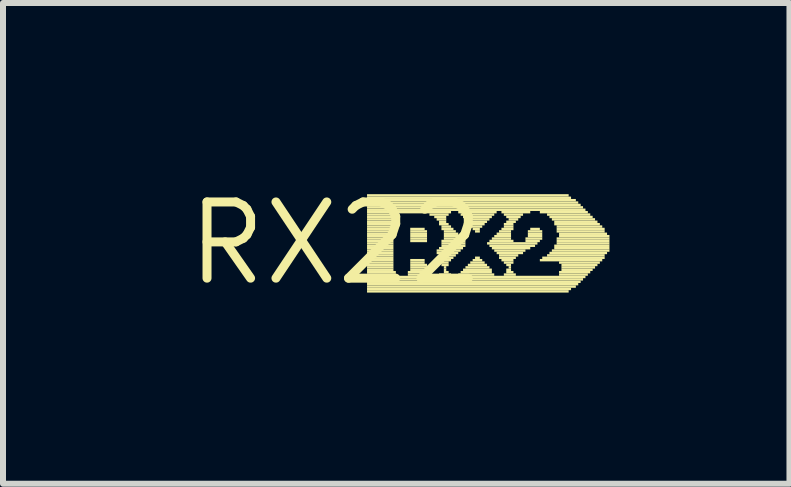
<source format=kicad_pcb>
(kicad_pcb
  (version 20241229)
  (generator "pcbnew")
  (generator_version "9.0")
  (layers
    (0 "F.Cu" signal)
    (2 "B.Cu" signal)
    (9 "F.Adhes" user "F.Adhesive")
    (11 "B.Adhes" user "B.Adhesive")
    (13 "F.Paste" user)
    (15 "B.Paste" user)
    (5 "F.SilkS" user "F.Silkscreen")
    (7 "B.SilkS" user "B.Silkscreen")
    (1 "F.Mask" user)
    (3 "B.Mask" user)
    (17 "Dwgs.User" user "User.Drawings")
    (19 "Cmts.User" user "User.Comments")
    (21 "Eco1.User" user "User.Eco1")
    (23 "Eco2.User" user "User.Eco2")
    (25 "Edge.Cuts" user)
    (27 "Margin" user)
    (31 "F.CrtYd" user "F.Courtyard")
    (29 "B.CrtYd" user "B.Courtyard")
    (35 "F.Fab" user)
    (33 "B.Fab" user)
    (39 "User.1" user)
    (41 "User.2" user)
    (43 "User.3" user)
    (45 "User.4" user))
  (footprint "RX22"
    (layer "F.Cu")
    (at 2.547 1.006)
    (property "Reference" "RX22" (at 0 0 0) (layer "F.SilkS") (effects (font (size 1.27 1.27) (thickness 0.15))))
    (attr through_hole)
    (fp_poly (pts (xy 0.52 -0.78) (xy 3.88 -0.78) (xy 3.88 -0.82) (xy 0.52 -0.82)) (stroke (width 0) (type solid)) (fill yes) (layer "F.SilkS"))
    (fp_poly (pts (xy 0.52 -0.74) (xy 3.92 -0.74) (xy 3.92 -0.78) (xy 0.52 -0.78)) (stroke (width 0) (type solid)) (fill yes) (layer "F.SilkS"))
    (fp_poly (pts (xy 0.52 -0.7) (xy 4 -0.7) (xy 4 -0.74) (xy 0.52 -0.74)) (stroke (width 0) (type solid)) (fill yes) (layer "F.SilkS"))
    (fp_poly (pts (xy 0.52 -0.66) (xy 4.04 -0.66) (xy 4.04 -0.7) (xy 0.52 -0.7)) (stroke (width 0) (type solid)) (fill yes) (layer "F.SilkS"))
    (fp_poly (pts (xy 0.52 -0.62) (xy 4.08 -0.62) (xy 4.08 -0.66) (xy 0.52 -0.66)) (stroke (width 0) (type solid)) (fill yes) (layer "F.SilkS"))
    (fp_poly (pts (xy 0.52 -0.58) (xy 4.12 -0.58) (xy 4.12 -0.62) (xy 0.52 -0.62)) (stroke (width 0) (type solid)) (fill yes) (layer "F.SilkS"))
    (fp_poly (pts (xy 0.52 -0.54) (xy 4.16 -0.54) (xy 4.16 -0.58) (xy 0.52 -0.58)) (stroke (width 0) (type solid)) (fill yes) (layer "F.SilkS"))
    (fp_poly (pts (xy 0.52 -0.5) (xy 1.92 -0.5) (xy 1.92 -0.54) (xy 0.52 -0.54)) (stroke (width 0) (type solid)) (fill yes) (layer "F.SilkS"))
    (fp_poly (pts (xy 0.52 -0.46) (xy 1 -0.46) (xy 1 -0.5) (xy 0.52 -0.5)) (stroke (width 0) (type solid)) (fill yes) (layer "F.SilkS"))
    (fp_poly (pts (xy 0.52 -0.42) (xy 0.96 -0.42) (xy 0.96 -0.46) (xy 0.52 -0.46)) (stroke (width 0) (type solid)) (fill yes) (layer "F.SilkS"))
    (fp_poly (pts (xy 0.52 -0.38) (xy 0.96 -0.38) (xy 0.96 -0.42) (xy 0.52 -0.42)) (stroke (width 0) (type solid)) (fill yes) (layer "F.SilkS"))
    (fp_poly (pts (xy 0.52 -0.34) (xy 0.96 -0.34) (xy 0.96 -0.38) (xy 0.52 -0.38)) (stroke (width 0) (type solid)) (fill yes) (layer "F.SilkS"))
    (fp_poly (pts (xy 0.52 -0.3) (xy 0.96 -0.3) (xy 0.96 -0.34) (xy 0.52 -0.34)) (stroke (width 0) (type solid)) (fill yes) (layer "F.SilkS"))
    (fp_poly (pts (xy 0.52 -0.26) (xy 0.96 -0.26) (xy 0.96 -0.3) (xy 0.52 -0.3)) (stroke (width 0) (type solid)) (fill yes) (layer "F.SilkS"))
    (fp_poly (pts (xy 0.52 -0.22) (xy 0.96 -0.22) (xy 0.96 -0.26) (xy 0.52 -0.26)) (stroke (width 0) (type solid)) (fill yes) (layer "F.SilkS"))
    (fp_poly (pts (xy 0.52 -0.18) (xy 0.96 -0.18) (xy 0.96 -0.22) (xy 0.52 -0.22)) (stroke (width 0) (type solid)) (fill yes) (layer "F.SilkS"))
    (fp_poly (pts (xy 0.52 -0.14) (xy 0.96 -0.14) (xy 0.96 -0.18) (xy 0.52 -0.18)) (stroke (width 0) (type solid)) (fill yes) (layer "F.SilkS"))
    (fp_poly (pts (xy 0.52 -0.1) (xy 0.96 -0.1) (xy 0.96 -0.14) (xy 0.52 -0.14)) (stroke (width 0) (type solid)) (fill yes) (layer "F.SilkS"))
    (fp_poly (pts (xy 0.52 -0.06) (xy 0.96 -0.06) (xy 0.96 -0.1) (xy 0.52 -0.1)) (stroke (width 0) (type solid)) (fill yes) (layer "F.SilkS"))
    (fp_poly (pts (xy 0.52 -0.02) (xy 0.96 -0.02) (xy 0.96 -0.06) (xy 0.52 -0.06)) (stroke (width 0) (type solid)) (fill yes) (layer "F.SilkS"))
    (fp_poly (pts (xy 0.52 0.02) (xy 0.96 0.02) (xy 0.96 -0.02) (xy 0.52 -0.02)) (stroke (width 0) (type solid)) (fill yes) (layer "F.SilkS"))
    (fp_poly (pts (xy 0.52 0.06) (xy 0.96 0.06) (xy 0.96 0.02) (xy 0.52 0.02)) (stroke (width 0) (type solid)) (fill yes) (layer "F.SilkS"))
    (fp_poly (pts (xy 0.52 0.1) (xy 0.96 0.1) (xy 0.96 0.06) (xy 0.52 0.06)) (stroke (width 0) (type solid)) (fill yes) (layer "F.SilkS"))
    (fp_poly (pts (xy 0.52 0.14) (xy 0.96 0.14) (xy 0.96 0.1) (xy 0.52 0.1)) (stroke (width 0) (type solid)) (fill yes) (layer "F.SilkS"))
    (fp_poly (pts (xy 0.52 0.18) (xy 0.96 0.18) (xy 0.96 0.14) (xy 0.52 0.14)) (stroke (width 0) (type solid)) (fill yes) (layer "F.SilkS"))
    (fp_poly (pts (xy 0.52 0.22) (xy 0.96 0.22) (xy 0.96 0.18) (xy 0.52 0.18)) (stroke (width 0) (type solid)) (fill yes) (layer "F.SilkS"))
    (fp_poly (pts (xy 0.52 0.26) (xy 0.96 0.26) (xy 0.96 0.22) (xy 0.52 0.22)) (stroke (width 0) (type solid)) (fill yes) (layer "F.SilkS"))
    (fp_poly (pts (xy 0.52 0.3) (xy 0.96 0.3) (xy 0.96 0.26) (xy 0.52 0.26)) (stroke (width 0) (type solid)) (fill yes) (layer "F.SilkS"))
    (fp_poly (pts (xy 0.52 0.34) (xy 0.96 0.34) (xy 0.96 0.3) (xy 0.52 0.3)) (stroke (width 0) (type solid)) (fill yes) (layer "F.SilkS"))
    (fp_poly (pts (xy 0.52 0.38) (xy 0.96 0.38) (xy 0.96 0.34) (xy 0.52 0.34)) (stroke (width 0) (type solid)) (fill yes) (layer "F.SilkS"))
    (fp_poly (pts (xy 0.52 0.42) (xy 0.96 0.42) (xy 0.96 0.38) (xy 0.52 0.38)) (stroke (width 0) (type solid)) (fill yes) (layer "F.SilkS"))
    (fp_poly (pts (xy 0.52 0.46) (xy 0.96 0.46) (xy 0.96 0.42) (xy 0.52 0.42)) (stroke (width 0) (type solid)) (fill yes) (layer "F.SilkS"))
    (fp_poly (pts (xy 0.52 0.5) (xy 1 0.5) (xy 1 0.46) (xy 0.52 0.46)) (stroke (width 0) (type solid)) (fill yes) (layer "F.SilkS"))
    (fp_poly (pts (xy 0.52 0.54) (xy 1 0.54) (xy 1 0.5) (xy 0.52 0.5)) (stroke (width 0) (type solid)) (fill yes) (layer "F.SilkS"))
    (fp_poly (pts (xy 0.52 0.58) (xy 4.16 0.58) (xy 4.16 0.54) (xy 0.52 0.54)) (stroke (width 0) (type solid)) (fill yes) (layer "F.SilkS"))
    (fp_poly (pts (xy 0.52 0.62) (xy 4.12 0.62) (xy 4.12 0.58) (xy 0.52 0.58)) (stroke (width 0) (type solid)) (fill yes) (layer "F.SilkS"))
    (fp_poly (pts (xy 0.52 0.66) (xy 4.08 0.66) (xy 4.08 0.62) (xy 0.52 0.62)) (stroke (width 0) (type solid)) (fill yes) (layer "F.SilkS"))
    (fp_poly (pts (xy 0.52 0.7) (xy 4.04 0.7) (xy 4.04 0.66) (xy 0.52 0.66)) (stroke (width 0) (type solid)) (fill yes) (layer "F.SilkS"))
    (fp_poly (pts (xy 0.52 0.74) (xy 4 0.74) (xy 4 0.7) (xy 0.52 0.7)) (stroke (width 0) (type solid)) (fill yes) (layer "F.SilkS"))
    (fp_poly (pts (xy 0.52 0.78) (xy 3.92 0.78) (xy 3.92 0.74) (xy 0.52 0.74)) (stroke (width 0) (type solid)) (fill yes) (layer "F.SilkS"))
    (fp_poly (pts (xy 0.52 0.82) (xy 3.88 0.82) (xy 3.88 0.78) (xy 0.52 0.78)) (stroke (width 0) (type solid)) (fill yes) (layer "F.SilkS"))
    (fp_poly (pts (xy 1.2 0.5) (xy 1.56 0.5) (xy 1.56 0.46) (xy 1.2 0.46)) (stroke (width 0) (type solid)) (fill yes) (layer "F.SilkS"))
    (fp_poly (pts (xy 1.2 0.54) (xy 1.56 0.54) (xy 1.56 0.5) (xy 1.2 0.5)) (stroke (width 0) (type solid)) (fill yes) (layer "F.SilkS"))
    (fp_poly (pts (xy 1.24 -0.22) (xy 1.48 -0.22) (xy 1.48 -0.26) (xy 1.24 -0.26)) (stroke (width 0) (type solid)) (fill yes) (layer "F.SilkS"))
    (fp_poly (pts (xy 1.24 -0.18) (xy 1.52 -0.18) (xy 1.52 -0.22) (xy 1.24 -0.22)) (stroke (width 0) (type solid)) (fill yes) (layer "F.SilkS"))
    (fp_poly (pts (xy 1.24 -0.14) (xy 1.52 -0.14) (xy 1.52 -0.18) (xy 1.24 -0.18)) (stroke (width 0) (type solid)) (fill yes) (layer "F.SilkS"))
    (fp_poly (pts (xy 1.24 -0.1) (xy 1.52 -0.1) (xy 1.52 -0.14) (xy 1.24 -0.14)) (stroke (width 0) (type solid)) (fill yes) (layer "F.SilkS"))
    (fp_poly (pts (xy 1.24 -0.06) (xy 1.52 -0.06) (xy 1.52 -0.1) (xy 1.24 -0.1)) (stroke (width 0) (type solid)) (fill yes) (layer "F.SilkS"))
    (fp_poly (pts (xy 1.24 -0.02) (xy 1.52 -0.02) (xy 1.52 -0.06) (xy 1.24 -0.06)) (stroke (width 0) (type solid)) (fill yes) (layer "F.SilkS"))
    (fp_poly (pts (xy 1.24 0.3) (xy 1.48 0.3) (xy 1.48 0.26) (xy 1.24 0.26)) (stroke (width 0) (type solid)) (fill yes) (layer "F.SilkS"))
    (fp_poly (pts (xy 1.24 0.34) (xy 1.48 0.34) (xy 1.48 0.3) (xy 1.24 0.3)) (stroke (width 0) (type solid)) (fill yes) (layer "F.SilkS"))
    (fp_poly (pts (xy 1.24 0.38) (xy 1.52 0.38) (xy 1.52 0.34) (xy 1.24 0.34)) (stroke (width 0) (type solid)) (fill yes) (layer "F.SilkS"))
    (fp_poly (pts (xy 1.24 0.42) (xy 1.52 0.42) (xy 1.52 0.38) (xy 1.24 0.38)) (stroke (width 0) (type solid)) (fill yes) (layer "F.SilkS"))
    (fp_poly (pts (xy 1.24 0.46) (xy 1.52 0.46) (xy 1.52 0.42) (xy 1.24 0.42)) (stroke (width 0) (type solid)) (fill yes) (layer "F.SilkS"))
    (fp_poly (pts (xy 1.56 -0.46) (xy 1.88 -0.46) (xy 1.88 -0.5) (xy 1.56 -0.5)) (stroke (width 0) (type solid)) (fill yes) (layer "F.SilkS"))
    (fp_poly (pts (xy 1.64 -0.42) (xy 1.84 -0.42) (xy 1.84 -0.46) (xy 1.64 -0.46)) (stroke (width 0) (type solid)) (fill yes) (layer "F.SilkS"))
    (fp_poly (pts (xy 1.68 -0.38) (xy 1.84 -0.38) (xy 1.84 -0.42) (xy 1.68 -0.42)) (stroke (width 0) (type solid)) (fill yes) (layer "F.SilkS"))
    (fp_poly (pts (xy 1.68 0.14) (xy 2.08 0.14) (xy 2.08 0.1) (xy 1.68 0.1)) (stroke (width 0) (type solid)) (fill yes) (layer "F.SilkS"))
    (fp_poly (pts (xy 1.68 0.18) (xy 2.04 0.18) (xy 2.04 0.14) (xy 1.68 0.14)) (stroke (width 0) (type solid)) (fill yes) (layer "F.SilkS"))
    (fp_poly (pts (xy 1.72 -0.34) (xy 1.84 -0.34) (xy 1.84 -0.38) (xy 1.72 -0.38)) (stroke (width 0) (type solid)) (fill yes) (layer "F.SilkS"))
    (fp_poly (pts (xy 1.72 -0.3) (xy 1.88 -0.3) (xy 1.88 -0.34) (xy 1.72 -0.34)) (stroke (width 0) (type solid)) (fill yes) (layer "F.SilkS"))
    (fp_poly (pts (xy 1.72 0.1) (xy 2.12 0.1) (xy 2.12 0.06) (xy 1.72 0.06)) (stroke (width 0) (type solid)) (fill yes) (layer "F.SilkS"))
    (fp_poly (pts (xy 1.72 0.22) (xy 2 0.22) (xy 2 0.18) (xy 1.72 0.18)) (stroke (width 0) (type solid)) (fill yes) (layer "F.SilkS"))
    (fp_poly (pts (xy 1.72 0.26) (xy 1.96 0.26) (xy 1.96 0.22) (xy 1.72 0.22)) (stroke (width 0) (type solid)) (fill yes) (layer "F.SilkS"))
    (fp_poly (pts (xy 1.72 0.3) (xy 1.92 0.3) (xy 1.92 0.26) (xy 1.72 0.26)) (stroke (width 0) (type solid)) (fill yes) (layer "F.SilkS"))
    (fp_poly (pts (xy 1.72 0.54) (xy 1.92 0.54) (xy 1.92 0.5) (xy 1.72 0.5)) (stroke (width 0) (type solid)) (fill yes) (layer "F.SilkS"))
    (fp_poly (pts (xy 1.76 -0.26) (xy 1.92 -0.26) (xy 1.92 -0.3) (xy 1.76 -0.3)) (stroke (width 0) (type solid)) (fill yes) (layer "F.SilkS"))
    (fp_poly (pts (xy 1.76 -0.22) (xy 1.96 -0.22) (xy 1.96 -0.26) (xy 1.76 -0.26)) (stroke (width 0) (type solid)) (fill yes) (layer "F.SilkS"))
    (fp_poly (pts (xy 1.76 -0.02) (xy 2.16 -0.02) (xy 2.16 -0.06) (xy 1.76 -0.06)) (stroke (width 0) (type solid)) (fill yes) (layer "F.SilkS"))
    (fp_poly (pts (xy 1.76 0.02) (xy 2.16 0.02) (xy 2.16 -0.02) (xy 1.76 -0.02)) (stroke (width 0) (type solid)) (fill yes) (layer "F.SilkS"))
    (fp_poly (pts (xy 1.76 0.06) (xy 2.16 0.06) (xy 2.16 0.02) (xy 1.76 0.02)) (stroke (width 0) (type solid)) (fill yes) (layer "F.SilkS"))
    (fp_poly (pts (xy 1.76 0.34) (xy 1.88 0.34) (xy 1.88 0.3) (xy 1.76 0.3)) (stroke (width 0) (type solid)) (fill yes) (layer "F.SilkS"))
    (fp_poly (pts (xy 1.76 0.38) (xy 1.88 0.38) (xy 1.88 0.34) (xy 1.76 0.34)) (stroke (width 0) (type solid)) (fill yes) (layer "F.SilkS"))
    (fp_poly (pts (xy 1.8 -0.18) (xy 2 -0.18) (xy 2 -0.22) (xy 1.8 -0.22)) (stroke (width 0) (type solid)) (fill yes) (layer "F.SilkS"))
    (fp_poly (pts (xy 1.8 -0.14) (xy 2.04 -0.14) (xy 2.04 -0.18) (xy 1.8 -0.18)) (stroke (width 0) (type solid)) (fill yes) (layer "F.SilkS"))
    (fp_poly (pts (xy 1.8 -0.1) (xy 2.08 -0.1) (xy 2.08 -0.14) (xy 1.8 -0.14)) (stroke (width 0) (type solid)) (fill yes) (layer "F.SilkS"))
    (fp_poly (pts (xy 1.8 -0.06) (xy 2.12 -0.06) (xy 2.12 -0.1) (xy 1.8 -0.1)) (stroke (width 0) (type solid)) (fill yes) (layer "F.SilkS"))
    (fp_poly (pts (xy 1.8 0.42) (xy 1.84 0.42) (xy 1.84 0.38) (xy 1.8 0.38)) (stroke (width 0) (type solid)) (fill yes) (layer "F.SilkS"))
    (fp_poly (pts (xy 1.8 0.46) (xy 1.84 0.46) (xy 1.84 0.42) (xy 1.8 0.42)) (stroke (width 0) (type solid)) (fill yes) (layer "F.SilkS"))
    (fp_poly (pts (xy 1.8 0.5) (xy 1.88 0.5) (xy 1.88 0.46) (xy 1.8 0.46)) (stroke (width 0) (type solid)) (fill yes) (layer "F.SilkS"))
    (fp_poly (pts (xy 2.04 -0.5) (xy 2.68 -0.5) (xy 2.68 -0.54) (xy 2.04 -0.54)) (stroke (width 0) (type solid)) (fill yes) (layer "F.SilkS"))
    (fp_poly (pts (xy 2.04 0.54) (xy 2.64 0.54) (xy 2.64 0.5) (xy 2.04 0.5)) (stroke (width 0) (type solid)) (fill yes) (layer "F.SilkS"))
    (fp_poly (pts (xy 2.08 -0.46) (xy 2.64 -0.46) (xy 2.64 -0.5) (xy 2.08 -0.5)) (stroke (width 0) (type solid)) (fill yes) (layer "F.SilkS"))
    (fp_poly (pts (xy 2.08 0.5) (xy 2.6 0.5) (xy 2.6 0.46) (xy 2.08 0.46)) (stroke (width 0) (type solid)) (fill yes) (layer "F.SilkS"))
    (fp_poly (pts (xy 2.12 -0.42) (xy 2.6 -0.42) (xy 2.6 -0.46) (xy 2.12 -0.46)) (stroke (width 0) (type solid)) (fill yes) (layer "F.SilkS"))
    (fp_poly (pts (xy 2.12 0.46) (xy 2.6 0.46) (xy 2.6 0.42) (xy 2.12 0.42)) (stroke (width 0) (type solid)) (fill yes) (layer "F.SilkS"))
    (fp_poly (pts (xy 2.16 -0.38) (xy 2.56 -0.38) (xy 2.56 -0.42) (xy 2.16 -0.42)) (stroke (width 0) (type solid)) (fill yes) (layer "F.SilkS"))
    (fp_poly (pts (xy 2.16 0.42) (xy 2.56 0.42) (xy 2.56 0.38) (xy 2.16 0.38)) (stroke (width 0) (type solid)) (fill yes) (layer "F.SilkS"))
    (fp_poly (pts (xy 2.2 -0.34) (xy 2.52 -0.34) (xy 2.52 -0.38) (xy 2.2 -0.38)) (stroke (width 0) (type solid)) (fill yes) (layer "F.SilkS"))
    (fp_poly (pts (xy 2.2 0.38) (xy 2.52 0.38) (xy 2.52 0.34) (xy 2.2 0.34)) (stroke (width 0) (type solid)) (fill yes) (layer "F.SilkS"))
    (fp_poly (pts (xy 2.24 -0.3) (xy 2.48 -0.3) (xy 2.48 -0.34) (xy 2.24 -0.34)) (stroke (width 0) (type solid)) (fill yes) (layer "F.SilkS"))
    (fp_poly (pts (xy 2.24 -0.26) (xy 2.44 -0.26) (xy 2.44 -0.3) (xy 2.24 -0.3)) (stroke (width 0) (type solid)) (fill yes) (layer "F.SilkS"))
    (fp_poly (pts (xy 2.24 0.34) (xy 2.48 0.34) (xy 2.48 0.3) (xy 2.24 0.3)) (stroke (width 0) (type solid)) (fill yes) (layer "F.SilkS"))
    (fp_poly (pts (xy 2.28 -0.22) (xy 2.4 -0.22) (xy 2.4 -0.26) (xy 2.28 -0.26)) (stroke (width 0) (type solid)) (fill yes) (layer "F.SilkS"))
    (fp_poly (pts (xy 2.28 0.3) (xy 2.44 0.3) (xy 2.44 0.26) (xy 2.28 0.26)) (stroke (width 0) (type solid)) (fill yes) (layer "F.SilkS"))
    (fp_poly (pts (xy 2.32 -0.18) (xy 2.4 -0.18) (xy 2.4 -0.22) (xy 2.32 -0.22)) (stroke (width 0) (type solid)) (fill yes) (layer "F.SilkS"))
    (fp_poly (pts (xy 2.32 0.26) (xy 2.4 0.26) (xy 2.4 0.22) (xy 2.32 0.22)) (stroke (width 0) (type solid)) (fill yes) (layer "F.SilkS"))
    (fp_poly (pts (xy 2.52 0.02) (xy 3.36 0.02) (xy 3.36 -0.02) (xy 2.52 -0.02)) (stroke (width 0) (type solid)) (fill yes) (layer "F.SilkS"))
    (fp_poly (pts (xy 2.56 -0.02) (xy 2.96 -0.02) (xy 2.96 -0.06) (xy 2.56 -0.06)) (stroke (width 0) (type solid)) (fill yes) (layer "F.SilkS"))
    (fp_poly (pts (xy 2.56 0.06) (xy 3.32 0.06) (xy 3.32 0.02) (xy 2.56 0.02)) (stroke (width 0) (type solid)) (fill yes) (layer "F.SilkS"))
    (fp_poly (pts (xy 2.6 -0.06) (xy 2.92 -0.06) (xy 2.92 -0.1) (xy 2.6 -0.1)) (stroke (width 0) (type solid)) (fill yes) (layer "F.SilkS"))
    (fp_poly (pts (xy 2.6 0.1) (xy 3.24 0.1) (xy 3.24 0.06) (xy 2.6 0.06)) (stroke (width 0) (type solid)) (fill yes) (layer "F.SilkS"))
    (fp_poly (pts (xy 2.64 -0.1) (xy 2.92 -0.1) (xy 2.92 -0.14) (xy 2.64 -0.14)) (stroke (width 0) (type solid)) (fill yes) (layer "F.SilkS"))
    (fp_poly (pts (xy 2.64 0.14) (xy 3.16 0.14) (xy 3.16 0.1) (xy 2.64 0.1)) (stroke (width 0) (type solid)) (fill yes) (layer "F.SilkS"))
    (fp_poly (pts (xy 2.68 -0.14) (xy 2.92 -0.14) (xy 2.92 -0.18) (xy 2.68 -0.18)) (stroke (width 0) (type solid)) (fill yes) (layer "F.SilkS"))
    (fp_poly (pts (xy 2.68 0.18) (xy 3.12 0.18) (xy 3.12 0.14) (xy 2.68 0.14)) (stroke (width 0) (type solid)) (fill yes) (layer "F.SilkS"))
    (fp_poly (pts (xy 2.72 -0.18) (xy 2.92 -0.18) (xy 2.92 -0.22) (xy 2.72 -0.22)) (stroke (width 0) (type solid)) (fill yes) (layer "F.SilkS"))
    (fp_poly (pts (xy 2.72 0.22) (xy 3.04 0.22) (xy 3.04 0.18) (xy 2.72 0.18)) (stroke (width 0) (type solid)) (fill yes) (layer "F.SilkS"))
    (fp_poly (pts (xy 2.72 0.26) (xy 3 0.26) (xy 3 0.22) (xy 2.72 0.22)) (stroke (width 0) (type solid)) (fill yes) (layer "F.SilkS"))
    (fp_poly (pts (xy 2.76 -0.5) (xy 3.24 -0.5) (xy 3.24 -0.54) (xy 2.76 -0.54)) (stroke (width 0) (type solid)) (fill yes) (layer "F.SilkS"))
    (fp_poly (pts (xy 2.76 -0.22) (xy 2.96 -0.22) (xy 2.96 -0.26) (xy 2.76 -0.26)) (stroke (width 0) (type solid)) (fill yes) (layer "F.SilkS"))
    (fp_poly (pts (xy 2.76 0.3) (xy 2.96 0.3) (xy 2.96 0.26) (xy 2.76 0.26)) (stroke (width 0) (type solid)) (fill yes) (layer "F.SilkS"))
    (fp_poly (pts (xy 2.8 -0.46) (xy 3.12 -0.46) (xy 3.12 -0.5) (xy 2.8 -0.5)) (stroke (width 0) (type solid)) (fill yes) (layer "F.SilkS"))
    (fp_poly (pts (xy 2.8 -0.3) (xy 2.96 -0.3) (xy 2.96 -0.34) (xy 2.8 -0.34)) (stroke (width 0) (type solid)) (fill yes) (layer "F.SilkS"))
    (fp_poly (pts (xy 2.8 -0.26) (xy 2.96 -0.26) (xy 2.96 -0.3) (xy 2.8 -0.3)) (stroke (width 0) (type solid)) (fill yes) (layer "F.SilkS"))
    (fp_poly (pts (xy 2.8 0.34) (xy 2.96 0.34) (xy 2.96 0.3) (xy 2.8 0.3)) (stroke (width 0) (type solid)) (fill yes) (layer "F.SilkS"))
    (fp_poly (pts (xy 2.8 0.54) (xy 3 0.54) (xy 3 0.5) (xy 2.8 0.5)) (stroke (width 0) (type solid)) (fill yes) (layer "F.SilkS"))
    (fp_poly (pts (xy 2.84 -0.42) (xy 3.08 -0.42) (xy 3.08 -0.46) (xy 2.84 -0.46)) (stroke (width 0) (type solid)) (fill yes) (layer "F.SilkS"))
    (fp_poly (pts (xy 2.84 -0.34) (xy 3 -0.34) (xy 3 -0.38) (xy 2.84 -0.38)) (stroke (width 0) (type solid)) (fill yes) (layer "F.SilkS"))
    (fp_poly (pts (xy 2.84 0.38) (xy 2.92 0.38) (xy 2.92 0.34) (xy 2.84 0.34)) (stroke (width 0) (type solid)) (fill yes) (layer "F.SilkS"))
    (fp_poly (pts (xy 2.84 0.46) (xy 2.92 0.46) (xy 2.92 0.42) (xy 2.84 0.42)) (stroke (width 0) (type solid)) (fill yes) (layer "F.SilkS"))
    (fp_poly (pts (xy 2.84 0.5) (xy 2.96 0.5) (xy 2.96 0.46) (xy 2.84 0.46)) (stroke (width 0) (type solid)) (fill yes) (layer "F.SilkS"))
    (fp_poly (pts (xy 2.88 -0.38) (xy 3.04 -0.38) (xy 3.04 -0.42) (xy 2.88 -0.42)) (stroke (width 0) (type solid)) (fill yes) (layer "F.SilkS"))
    (fp_poly (pts (xy 2.88 0.42) (xy 2.92 0.42) (xy 2.92 0.38) (xy 2.88 0.38)) (stroke (width 0) (type solid)) (fill yes) (layer "F.SilkS"))
    (fp_poly (pts (xy 3.16 -0.06) (xy 3.44 -0.06) (xy 3.44 -0.1) (xy 3.16 -0.1)) (stroke (width 0) (type solid)) (fill yes) (layer "F.SilkS"))
    (fp_poly (pts (xy 3.16 -0.02) (xy 3.4 -0.02) (xy 3.4 -0.06) (xy 3.16 -0.06)) (stroke (width 0) (type solid)) (fill yes) (layer "F.SilkS"))
    (fp_poly (pts (xy 3.2 -0.18) (xy 3.44 -0.18) (xy 3.44 -0.22) (xy 3.2 -0.22)) (stroke (width 0) (type solid)) (fill yes) (layer "F.SilkS"))
    (fp_poly (pts (xy 3.2 -0.14) (xy 3.44 -0.14) (xy 3.44 -0.18) (xy 3.2 -0.18)) (stroke (width 0) (type solid)) (fill yes) (layer "F.SilkS"))
    (fp_poly (pts (xy 3.2 -0.1) (xy 3.44 -0.1) (xy 3.44 -0.14) (xy 3.2 -0.14)) (stroke (width 0) (type solid)) (fill yes) (layer "F.SilkS"))
    (fp_poly (pts (xy 3.24 -0.22) (xy 3.4 -0.22) (xy 3.4 -0.26) (xy 3.24 -0.26)) (stroke (width 0) (type solid)) (fill yes) (layer "F.SilkS"))
    (fp_poly (pts (xy 3.4 -0.5) (xy 4.2 -0.5) (xy 4.2 -0.54) (xy 3.4 -0.54)) (stroke (width 0) (type solid)) (fill yes) (layer "F.SilkS"))
    (fp_poly (pts (xy 3.4 0.3) (xy 4.44 0.3) (xy 4.44 0.26) (xy 3.4 0.26)) (stroke (width 0) (type solid)) (fill yes) (layer "F.SilkS"))
    (fp_poly (pts (xy 3.44 0.26) (xy 4.48 0.26) (xy 4.48 0.22) (xy 3.44 0.22)) (stroke (width 0) (type solid)) (fill yes) (layer "F.SilkS"))
    (fp_poly (pts (xy 3.52 -0.46) (xy 4.24 -0.46) (xy 4.24 -0.5) (xy 3.52 -0.5)) (stroke (width 0) (type solid)) (fill yes) (layer "F.SilkS"))
    (fp_poly (pts (xy 3.52 0.22) (xy 4.48 0.22) (xy 4.48 0.18) (xy 3.52 0.18)) (stroke (width 0) (type solid)) (fill yes) (layer "F.SilkS"))
    (fp_poly (pts (xy 3.56 -0.42) (xy 4.28 -0.42) (xy 4.28 -0.46) (xy 3.56 -0.46)) (stroke (width 0) (type solid)) (fill yes) (layer "F.SilkS"))
    (fp_poly (pts (xy 3.56 0.18) (xy 4.52 0.18) (xy 4.52 0.14) (xy 3.56 0.14)) (stroke (width 0) (type solid)) (fill yes) (layer "F.SilkS"))
    (fp_poly (pts (xy 3.6 -0.38) (xy 4.32 -0.38) (xy 4.32 -0.42) (xy 3.6 -0.42)) (stroke (width 0) (type solid)) (fill yes) (layer "F.SilkS"))
    (fp_poly (pts (xy 3.6 0.14) (xy 4.56 0.14) (xy 4.56 0.1) (xy 3.6 0.1)) (stroke (width 0) (type solid)) (fill yes) (layer "F.SilkS"))
    (fp_poly (pts (xy 3.64 -0.34) (xy 4.36 -0.34) (xy 4.36 -0.38) (xy 3.64 -0.38)) (stroke (width 0) (type solid)) (fill yes) (layer "F.SilkS"))
    (fp_poly (pts (xy 3.64 -0.3) (xy 4.4 -0.3) (xy 4.4 -0.34) (xy 3.64 -0.34)) (stroke (width 0) (type solid)) (fill yes) (layer "F.SilkS"))
    (fp_poly (pts (xy 3.64 0.06) (xy 4.56 0.06) (xy 4.56 0.02) (xy 3.64 0.02)) (stroke (width 0) (type solid)) (fill yes) (layer "F.SilkS"))
    (fp_poly (pts (xy 3.64 0.1) (xy 4.56 0.1) (xy 4.56 0.06) (xy 3.64 0.06)) (stroke (width 0) (type solid)) (fill yes) (layer "F.SilkS"))
    (fp_poly (pts (xy 3.68 -0.26) (xy 4.44 -0.26) (xy 4.44 -0.3) (xy 3.68 -0.3)) (stroke (width 0) (type solid)) (fill yes) (layer "F.SilkS"))
    (fp_poly (pts (xy 3.68 -0.22) (xy 4.48 -0.22) (xy 4.48 -0.26) (xy 3.68 -0.26)) (stroke (width 0) (type solid)) (fill yes) (layer "F.SilkS"))
    (fp_poly (pts (xy 3.68 -0.18) (xy 4.48 -0.18) (xy 4.48 -0.22) (xy 3.68 -0.22)) (stroke (width 0) (type solid)) (fill yes) (layer "F.SilkS"))
    (fp_poly (pts (xy 3.68 -0.06) (xy 4.56 -0.06) (xy 4.56 -0.1) (xy 3.68 -0.1)) (stroke (width 0) (type solid)) (fill yes) (layer "F.SilkS"))
    (fp_poly (pts (xy 3.68 -0.02) (xy 4.56 -0.02) (xy 4.56 -0.06) (xy 3.68 -0.06)) (stroke (width 0) (type solid)) (fill yes) (layer "F.SilkS"))
    (fp_poly (pts (xy 3.68 0.02) (xy 4.56 0.02) (xy 4.56 -0.02) (xy 3.68 -0.02)) (stroke (width 0) (type solid)) (fill yes) (layer "F.SilkS"))
    (fp_poly (pts (xy 3.72 -0.14) (xy 4.52 -0.14) (xy 4.52 -0.18) (xy 3.72 -0.18)) (stroke (width 0) (type solid)) (fill yes) (layer "F.SilkS"))
    (fp_poly (pts (xy 3.72 -0.1) (xy 4.56 -0.1) (xy 4.56 -0.14) (xy 3.72 -0.14)) (stroke (width 0) (type solid)) (fill yes) (layer "F.SilkS"))
    (fp_poly (pts (xy 3.72 0.34) (xy 4.4 0.34) (xy 4.4 0.3) (xy 3.72 0.3)) (stroke (width 0) (type solid)) (fill yes) (layer "F.SilkS"))
    (fp_poly (pts (xy 3.72 0.5) (xy 4.24 0.5) (xy 4.24 0.46) (xy 3.72 0.46)) (stroke (width 0) (type solid)) (fill yes) (layer "F.SilkS"))
    (fp_poly (pts (xy 3.72 0.54) (xy 4.2 0.54) (xy 4.2 0.5) (xy 3.72 0.5)) (stroke (width 0) (type solid)) (fill yes) (layer "F.SilkS"))
    (fp_poly (pts (xy 3.76 0.38) (xy 4.36 0.38) (xy 4.36 0.34) (xy 3.76 0.34)) (stroke (width 0) (type solid)) (fill yes) (layer "F.SilkS"))
    (fp_poly (pts (xy 3.76 0.42) (xy 4.32 0.42) (xy 4.32 0.38) (xy 3.76 0.38)) (stroke (width 0) (type solid)) (fill yes) (layer "F.SilkS"))
    (fp_poly (pts (xy 3.76 0.46) (xy 4.28 0.46) (xy 4.28 0.42) (xy 3.76 0.42)) (stroke (width 0) (type solid)) (fill yes) (layer "F.SilkS")))
  (gr_rect
    (start -3 -3)
    (end 10.107 5.012)
    (stroke (width 0.1) (type default))
    (fill no)
    (layer "Edge.Cuts")))
</source>
